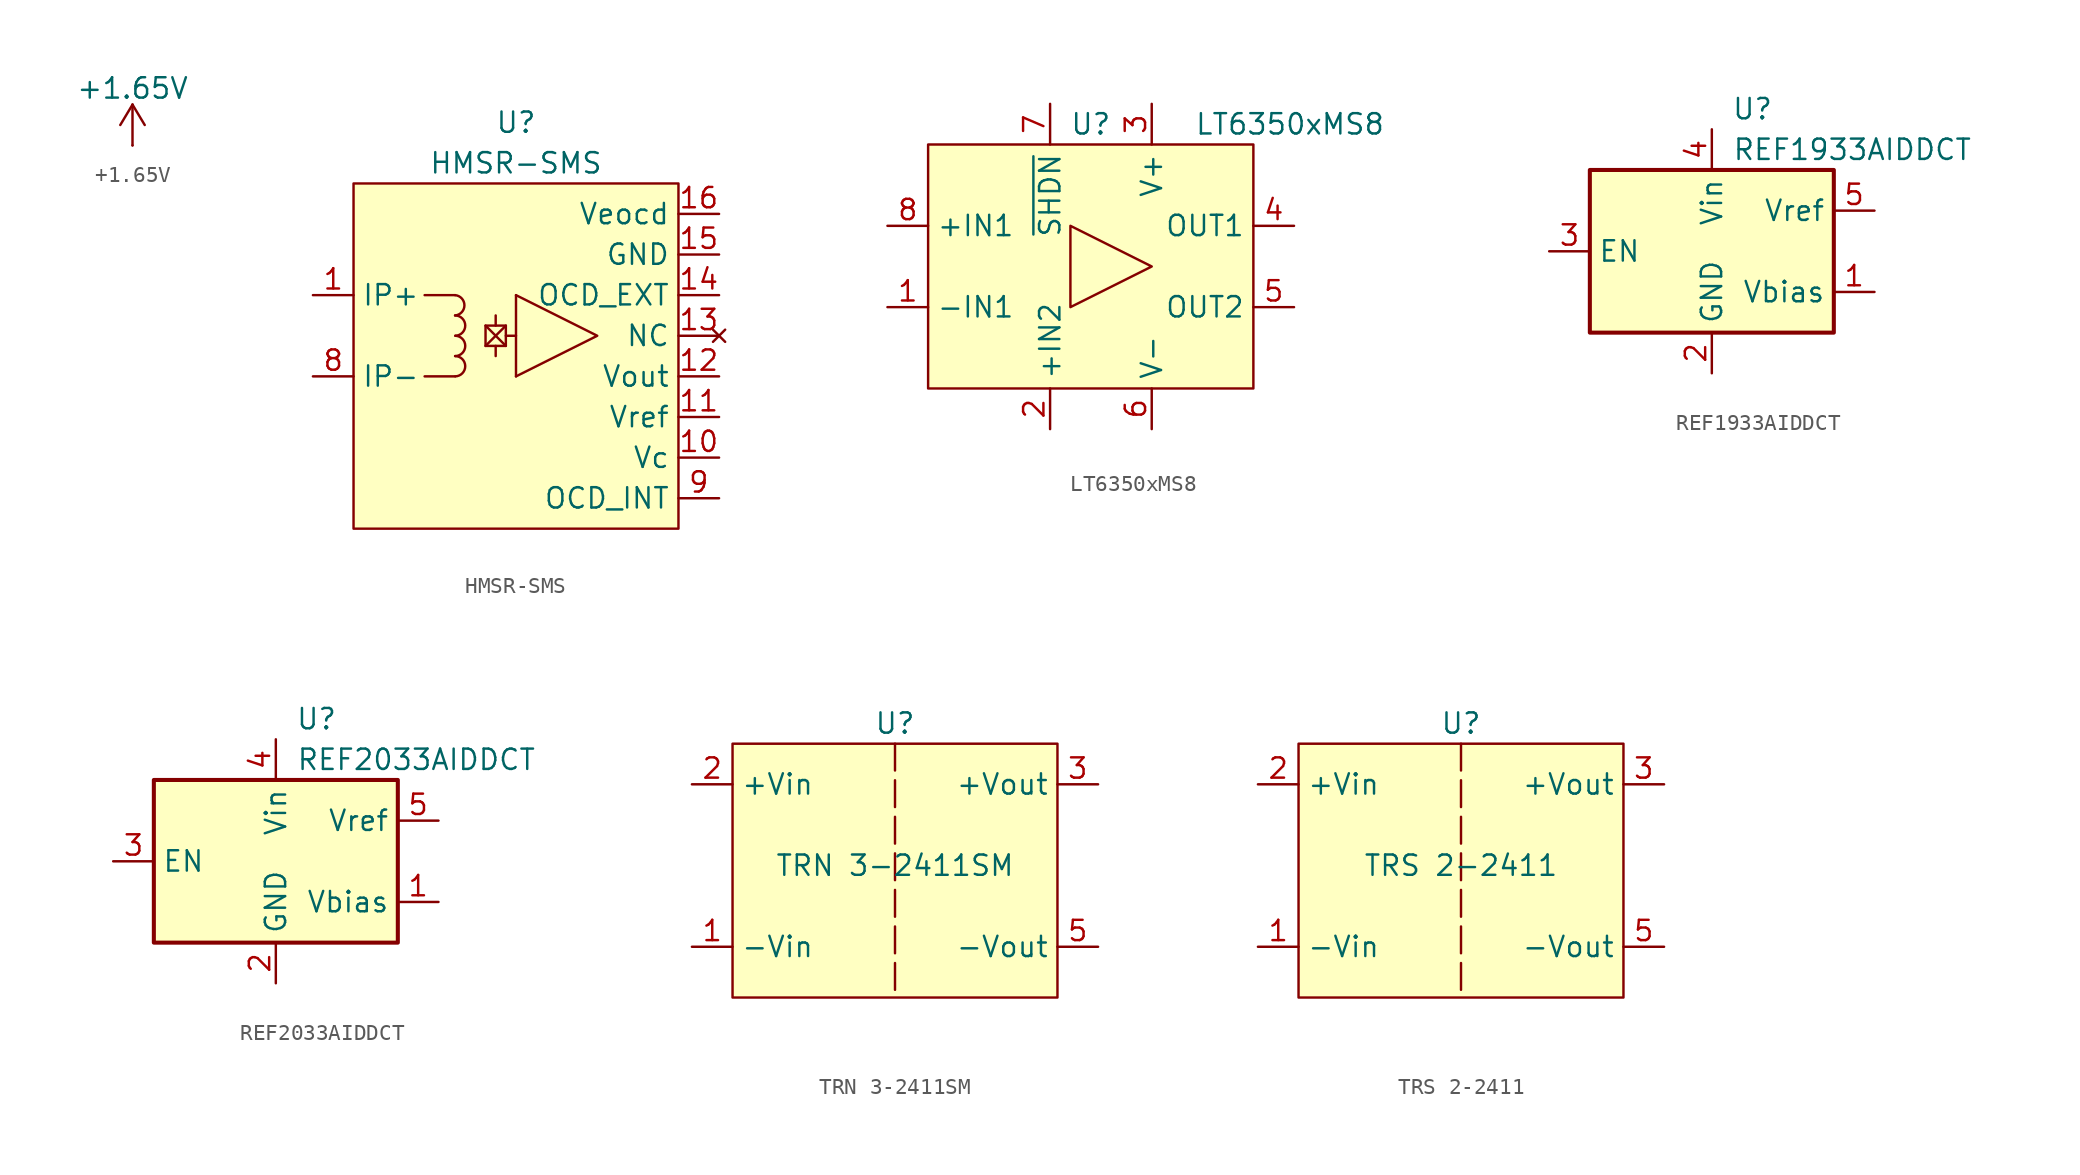
<source format=kicad_sym>
(kicad_symbol_lib
  (version 20231120)
  (generator "kicad_symbol_editor")
  (generator_version "8.0")
  (symbol "+1.65V"
    (power)
    (pin_numbers hide)
    (pin_names
      (offset 0) hide)
    (property "Reference" "#PWR"
      (at 3.81 -1.27 0)
      (effects (font (size 1.27 1.27)) (hide yes)))
    (property "Value" "+1.65V"
      (at 0 3.556 0)
      (effects (font (size 1.27 1.27))))
    (symbol "+1.65V_0_0"
      (pin power_in line (at 0 0 90) (length 0) (name "~" (effects (font (size 1.27 1.27)))) (number "1" (effects (font (size 1.27 1.27))))))
    (symbol "+1.65V_0_1"
      (polyline (pts (xy -0.762 1.27) (xy 0 2.54)) (stroke (width 0) (type default)) (fill (type none)))
      (polyline (pts (xy 0 0) (xy 0 2.54)) (stroke (width 0) (type default)) (fill (type none)))
      (polyline (pts (xy 0 2.54) (xy 0.762 1.27)) (stroke (width 0) (type default)) (fill (type none)))))
  (symbol "HMSR-SMS"
    (property "Reference" "U"
      (at 0 13.335 0)
      (effects (font (size 1.27 1.27))))
    (property "Value" "HMSR-SMS"
      (at 0 10.795 0)
      (effects (font (size 1.27 1.27))))
    (symbol "HMSR-SMS_0_0"
      (pin input line (at -12.7 2.54 0) (length 2.54) (name "IP+" (effects (font (size 1.27 1.27)))) (number "1" (effects (font (size 1.27 1.27)))))
      (pin output line (at 12.7 -2.54 180) (length 2.54) (name "Vout" (effects (font (size 1.27 1.27)))) (number "12" (effects (font (size 1.27 1.27)))))
      (pin no_connect line (at 12.7 0 180) (length 2.54) (name "NC" (effects (font (size 1.27 1.27)))) (number "13" (effects (font (size 1.27 1.27)))))
      (pin open_collector line (at 12.7 2.54 180) (length 2.54) (name "OCD_EXT" (effects (font (size 1.27 1.27)))) (number "14" (effects (font (size 1.27 1.27)))))
      (pin passive line (at 12.7 5.08 180) (length 2.54) (name "GND" (effects (font (size 1.27 1.27)))) (number "15" (effects (font (size 1.27 1.27)))))
      (pin output line (at 12.7 7.62 180) (length 2.54) (name "Veocd" (effects (font (size 1.27 1.27)))) (number "16" (effects (font (size 1.27 1.27)))))
      (pin input line (at -12.7 -2.54 0) (length 2.54) (name "IP-" (effects (font (size 1.27 1.27)))) (number "8" (effects (font (size 1.27 1.27)))))
      (pin open_collector line (at 12.7 -10.16 180) (length 2.54) (name "OCD_INT" (effects (font (size 1.27 1.27)))) (number "9" (effects (font (size 1.27 1.27))))))
    (symbol "HMSR-SMS_0_1"
      (arc (start -3.81 1.27) (mid -3.2257 1.905) (end -3.81 2.54) (stroke (width 0) (type default)) (fill (type none)))
      (arc (start -3.794 -2.5398) (mid -3.1749 -1.8969) (end -3.8099 -1.2698) (stroke (width 0) (type default)) (fill (type none)))
      (arc (start -3.794 -1.2699) (mid -3.1747 -0.6349) (end -3.794 0.0001) (stroke (width 0) (type default)) (fill (type none)))
      (arc (start -3.794 0.0001) (mid -3.1749 0.643) (end -3.8099 1.2701) (stroke (width 0) (type default)) (fill (type none)))
      (rectangle (start -1.905 0.635) (end -0.635 -0.635) (stroke (width 0) (type default)) (fill (type none)))
      (polyline (pts (xy -3.81 -2.54) (xy -5.715 -2.54)) (stroke (width 0) (type default)) (fill (type none)))
      (polyline (pts (xy -3.81 2.54) (xy -5.715 2.54)) (stroke (width 0) (type default)) (fill (type none)))
      (polyline (pts (xy -1.905 0.635) (xy -0.635 -0.635)) (stroke (width 0) (type default)) (fill (type none)))
      (polyline (pts (xy -0.635 0) (xy 0 0)) (stroke (width 0) (type default)) (fill (type none)))
      (polyline (pts (xy -0.635 0.635) (xy -1.905 -0.635)) (stroke (width 0) (type default)) (fill (type none)))
      (polyline (pts (xy 0 2.54) (xy 0 -2.54)) (stroke (width 0) (type default)) (fill (type none)))
      (polyline (pts (xy 0 2.54) (xy 5.08 0) (xy 0 -2.54)) (stroke (width 0) (type default)) (fill (type none))))
    (symbol "HMSR-SMS_1_0"
      (pin power_in line (at 12.7 -7.62 180) (length 2.54) (name "Vc" (effects (font (size 1.27 1.27)))) (number "10" (effects (font (size 1.27 1.27)))))
      (pin passive line (at 12.7 -5.08 180) (length 2.54) (name "Vref" (effects (font (size 1.27 1.27)))) (number "11" (effects (font (size 1.27 1.27))))))
    (symbol "HMSR-SMS_1_1"
      (rectangle (start -10.16 9.525) (end 10.16 -12.065) (stroke (width 0) (type default)) (fill (type background)))
      (polyline (pts (xy -1.27 -0.635) (xy -1.27 -1.27)) (stroke (width 0) (type default)) (fill (type none)))
      (polyline (pts (xy -1.27 0.635) (xy -1.27 1.27)) (stroke (width 0) (type default)) (fill (type none)))))
  (symbol "LT6350xMS8"
    (property "Reference" "U"
      (at 0 8.89 0)
      (effects (font (size 1.27 1.27))))
    (property "Value" "LT6350xMS8"
      (at 12.446 8.89 0)
      (effects (font (size 1.27 1.27))))
    (symbol "LT6350xMS8_0_0"
      (pin input line (at -12.7 -2.54 0) (length 2.54) (name "-IN1" (effects (font (size 1.27 1.27)))) (number "1" (effects (font (size 1.27 1.27)))))
      (pin input line (at -2.54 -10.16 90) (length 2.54) (name "+IN2" (effects (font (size 1.27 1.27)))) (number "2" (effects (font (size 1.27 1.27)))))
      (pin power_in line (at 3.81 10.16 270) (length 2.54) (name "V+" (effects (font (size 1.27 1.27)))) (number "3" (effects (font (size 1.27 1.27)))))
      (pin output line (at 12.7 2.54 180) (length 2.54) (name "OUT1" (effects (font (size 1.27 1.27)))) (number "4" (effects (font (size 1.27 1.27)))))
      (pin output line (at 12.7 -2.54 180) (length 2.54) (name "OUT2" (effects (font (size 1.27 1.27)))) (number "5" (effects (font (size 1.27 1.27)))))
      (pin passive line (at 3.81 -10.16 90) (length 2.54) (name "V-" (effects (font (size 1.27 1.27)))) (number "6" (effects (font (size 1.27 1.27)))))
      (pin input line (at -2.54 10.16 270) (length 2.54) (name "~{SHDN}" (effects (font (size 1.27 1.27)))) (number "7" (effects (font (size 1.27 1.27)))))
      (pin input line (at -12.7 2.54 0) (length 2.54) (name "+IN1" (effects (font (size 1.27 1.27)))) (number "8" (effects (font (size 1.27 1.27))))))
    (symbol "LT6350xMS8_1_1"
      (rectangle (start -10.16 7.62) (end 10.16 -7.62) (stroke (width 0) (type default)) (fill (type background)))
      (polyline (pts (xy -1.27 2.54) (xy -1.27 -2.54) (xy 3.81 0) (xy -1.27 2.54)) (stroke (width 0) (type default)) (fill (type none)))))
  (symbol "REF1933AIDDCT"
    (property "Reference" "U"
      (at 2.54 8.89 0)
      (effects (font (size 1.27 1.27))))
    (property "Value" "REF1933AIDDCT"
      (at 1.27 6.35 0)
      (effects (font (size 1.27 1.27)) (justify left)))
    (symbol "REF1933AIDDCT_0_1"
      (rectangle (start -7.62 5.08) (end 7.62 -5.08) (stroke (width 0.254) (type default)) (fill (type background))))
    (symbol "REF1933AIDDCT_1_1"
      (pin power_out line (at 10.16 -2.54 180) (length 2.54) (name "Vbias" (effects (font (size 1.27 1.27)))) (number "1" (effects (font (size 1.27 1.27)))))
      (pin power_in line (at 0 -7.62 90) (length 2.54) (name "GND" (effects (font (size 1.27 1.27)))) (number "2" (effects (font (size 1.27 1.27)))))
      (pin input line (at -10.16 0 0) (length 2.54) (name "EN" (effects (font (size 1.27 1.27)))) (number "3" (effects (font (size 1.27 1.27)))))
      (pin power_in line (at 0 7.62 270) (length 2.54) (name "Vin" (effects (font (size 1.27 1.27)))) (number "4" (effects (font (size 1.27 1.27)))))
      (pin power_out line (at 10.16 2.54 180) (length 2.54) (name "Vref" (effects (font (size 1.27 1.27)))) (number "5" (effects (font (size 1.27 1.27)))))))
  (symbol "REF2033AIDDCT"
    (property "Reference" "U"
      (at 2.54 8.89 0)
      (effects (font (size 1.27 1.27))))
    (property "Value" "REF2033AIDDCT"
      (at 1.27 6.35 0)
      (effects (font (size 1.27 1.27)) (justify left)))
    (symbol "REF2033AIDDCT_0_1"
      (rectangle (start -7.62 5.08) (end 7.62 -5.08) (stroke (width 0.254) (type default)) (fill (type background))))
    (symbol "REF2033AIDDCT_1_1"
      (pin power_out line (at 10.16 -2.54 180) (length 2.54) (name "Vbias" (effects (font (size 1.27 1.27)))) (number "1" (effects (font (size 1.27 1.27)))))
      (pin power_in line (at 0 -7.62 90) (length 2.54) (name "GND" (effects (font (size 1.27 1.27)))) (number "2" (effects (font (size 1.27 1.27)))))
      (pin input line (at -10.16 0 0) (length 2.54) (name "EN" (effects (font (size 1.27 1.27)))) (number "3" (effects (font (size 1.27 1.27)))))
      (pin power_in line (at 0 7.62 270) (length 2.54) (name "Vin" (effects (font (size 1.27 1.27)))) (number "4" (effects (font (size 1.27 1.27)))))
      (pin power_out line (at 10.16 2.54 180) (length 2.54) (name "Vref" (effects (font (size 1.27 1.27)))) (number "5" (effects (font (size 1.27 1.27)))))))
  (symbol "TRN 3-2411SM"
    (property "Reference" "U"
      (at 0 8.89 0)
      (effects (font (size 1.27 1.27))))
    (property "Value" "TRN 3-2411SM"
      (at 0 0 0)
      (effects (font (size 1.27 1.27))))
    (symbol "TRN 3-2411SM_0_0"
      (pin power_in line (at -12.7 -5.08 0) (length 2.54) (name "-Vin" (effects (font (size 1.27 1.27)))) (number "1" (effects (font (size 1.27 1.27)))))
      (pin power_in line (at -12.7 5.08 0) (length 2.54) (name "+Vin" (effects (font (size 1.27 1.27)))) (number "2" (effects (font (size 1.27 1.27)))))
      (pin power_out line (at 12.7 5.08 180) (length 2.54) (name "+Vout" (effects (font (size 1.27 1.27)))) (number "3" (effects (font (size 1.27 1.27)))))
      (pin power_out line (at 12.7 -5.08 180) (length 2.54) (name "-Vout" (effects (font (size 1.27 1.27)))) (number "5" (effects (font (size 1.27 1.27))))))
    (symbol "TRN 3-2411SM_1_0"
      (pin no_connect non_logic (at -1.27 -10.795 90) (length 2.54) hide (name "NC" (effects (font (size 1.27 1.27)))) (number "6" (effects (font (size 1.27 1.27)))))
      (pin no_connect non_logic (at 1.27 -10.795 90) (length 2.54) hide (name "NC" (effects (font (size 1.27 1.27)))) (number "7" (effects (font (size 1.27 1.27))))))
    (symbol "TRN 3-2411SM_1_1"
      (rectangle (start -10.16 7.62) (end 10.16 -8.255) (stroke (width 0) (type default)) (fill (type background)))
      (polyline (pts (xy 0 7.62) (xy 0 -8.255)) (stroke (width 0) (type dash)) (fill (type none)))))
  (symbol "TRS 2-2411"
    (property "Reference" "U"
      (at 0 8.89 0)
      (effects (font (size 1.27 1.27))))
    (property "Value" "TRS 2-2411"
      (at 0 0 0)
      (effects (font (size 1.27 1.27))))
    (symbol "TRS 2-2411_0_0"
      (pin power_in line (at -12.7 -5.08 0) (length 2.54) (name "-Vin" (effects (font (size 1.27 1.27)))) (number "1" (effects (font (size 1.27 1.27)))))
      (pin power_in line (at -12.7 5.08 0) (length 2.54) (name "+Vin" (effects (font (size 1.27 1.27)))) (number "2" (effects (font (size 1.27 1.27)))))
      (pin power_out line (at 12.7 5.08 180) (length 2.54) (name "+Vout" (effects (font (size 1.27 1.27)))) (number "3" (effects (font (size 1.27 1.27)))))
      (pin power_out line (at 12.7 -5.08 180) (length 2.54) (name "-Vout" (effects (font (size 1.27 1.27)))) (number "5" (effects (font (size 1.27 1.27))))))
    (symbol "TRS 2-2411_1_0"
      (pin no_connect non_logic (at -1.27 -10.795 90) (length 2.54) hide (name "NC" (effects (font (size 1.27 1.27)))) (number "6" (effects (font (size 1.27 1.27)))))
      (pin no_connect non_logic (at 1.27 -10.795 90) (length 2.54) hide (name "NC" (effects (font (size 1.27 1.27)))) (number "7" (effects (font (size 1.27 1.27))))))
    (symbol "TRS 2-2411_1_1"
      (rectangle (start -10.16 7.62) (end 10.16 -8.255) (stroke (width 0) (type default)) (fill (type background)))
      (polyline (pts (xy 0 7.62) (xy 0 -8.255)) (stroke (width 0) (type dash)) (fill (type none))))))
</source>
